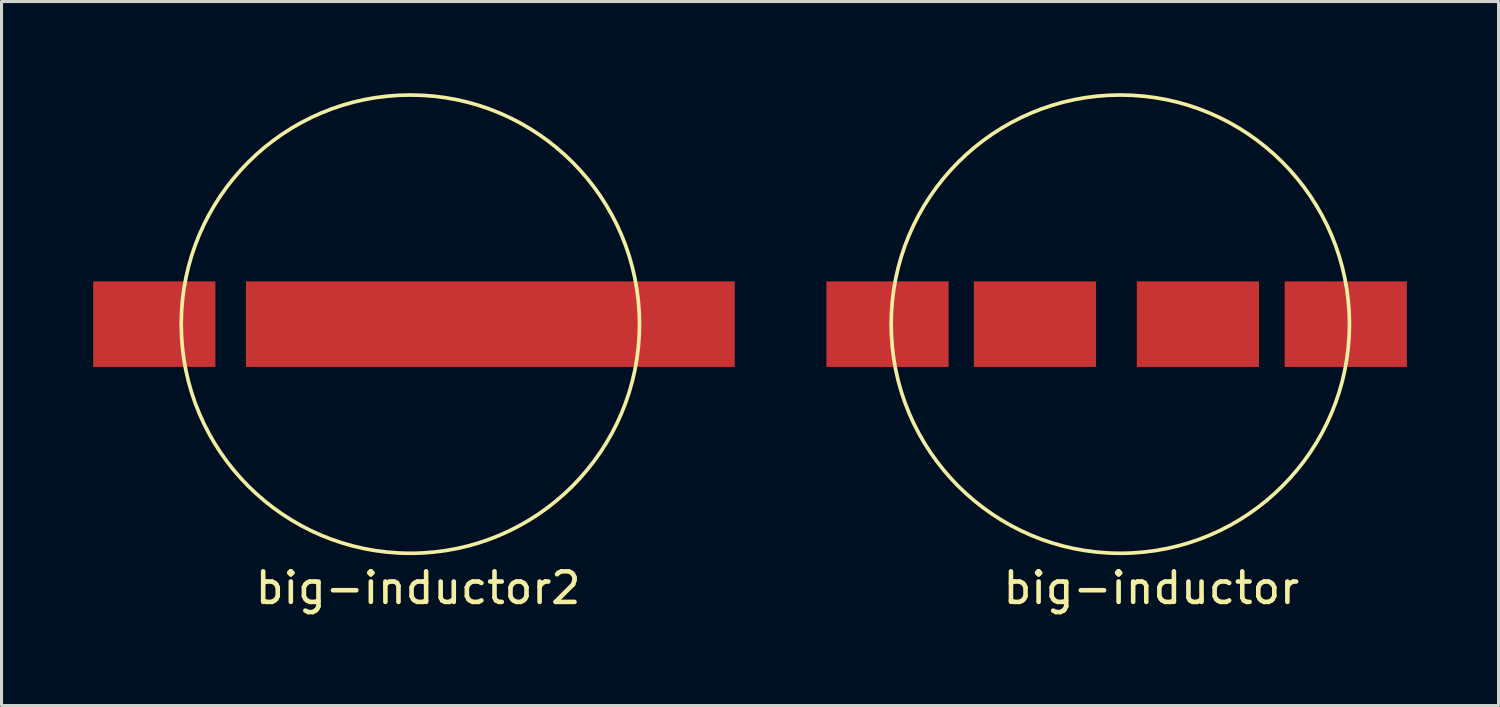
<source format=kicad_pcb>
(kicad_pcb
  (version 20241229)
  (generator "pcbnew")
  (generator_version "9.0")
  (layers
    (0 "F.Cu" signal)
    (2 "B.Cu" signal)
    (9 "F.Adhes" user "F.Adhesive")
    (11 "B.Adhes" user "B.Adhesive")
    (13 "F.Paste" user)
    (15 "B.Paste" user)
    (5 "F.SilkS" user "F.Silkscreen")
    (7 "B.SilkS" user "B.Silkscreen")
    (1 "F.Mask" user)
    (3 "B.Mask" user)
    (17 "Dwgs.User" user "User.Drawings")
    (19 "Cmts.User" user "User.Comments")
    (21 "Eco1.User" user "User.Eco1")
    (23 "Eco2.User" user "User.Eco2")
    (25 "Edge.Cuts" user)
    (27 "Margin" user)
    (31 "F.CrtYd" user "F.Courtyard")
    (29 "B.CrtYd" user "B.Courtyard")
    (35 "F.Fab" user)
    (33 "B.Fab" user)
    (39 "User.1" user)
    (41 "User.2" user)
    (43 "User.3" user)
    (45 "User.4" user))
  (footprint "big-inductor"
    (layer "F.Cu")
    (at 26 7.56)
    (property "Reference" "big-inductor" (at 8.636 8.636 0) (layer "F.SilkS") (effects (font (size 1 1) (thickness 0.15))))
    (attr through_hole)
    (fp_circle (center 7.62 0) (end 15.12 0) (stroke (width 0.12) (type solid)) (fill no) (layer "F.SilkS"))
    (pad "1" smd rect (at 0 0) (size 4 2.8) (layers "F.Cu" "F.Mask" "F.Paste"))
    (pad "2" smd rect (at 15 0) (size 4 2.8) (layers "F.Cu" "F.Mask" "F.Paste"))
    (pad "3" smd rect (at 4.826 0) (size 4 2.8) (layers "F.Cu" "F.Mask" "F.Paste"))
    (pad "3" smd rect (at 10.16 0) (size 4 2.8) (layers "F.Cu" "F.Mask" "F.Paste")))
  (footprint "big-inductor2"
    (layer "F.Cu")
    (at 2 7.56)
    (property "Reference" "big-inductor2" (at 8.636 8.636 0) (layer "F.SilkS") (effects (font (size 1 1) (thickness 0.15))))
    (attr through_hole)
    (fp_circle (center 8.382 0) (end 15.882 0) (stroke (width 0.12) (type solid)) (fill no) (layer "F.SilkS"))
    (pad "1" smd rect (at 0 0) (size 4 2.8) (layers "F.Cu" "F.Mask" "F.Paste"))
    (pad "2" smd rect (at 11 0) (size 16 2.8) (layers "F.Cu" "F.Mask" "F.Paste")))
  (gr_rect
    (start -3 -3)
    (end 46 20.044)
    (stroke (width 0.1) (type default))
    (fill no)
    (layer "Edge.Cuts")))
</source>
